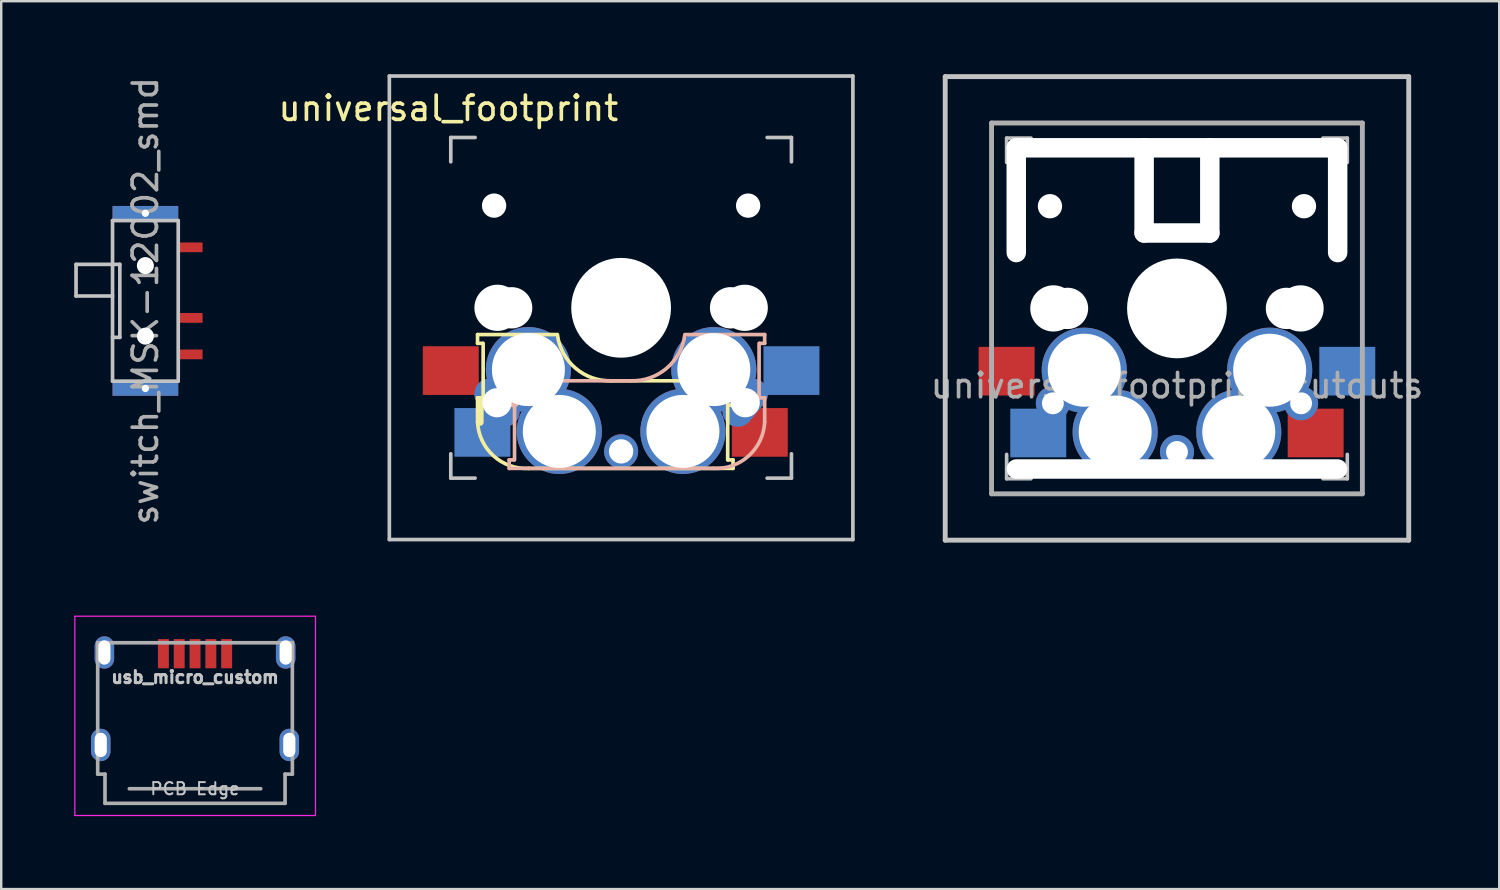
<source format=kicad_pcb>
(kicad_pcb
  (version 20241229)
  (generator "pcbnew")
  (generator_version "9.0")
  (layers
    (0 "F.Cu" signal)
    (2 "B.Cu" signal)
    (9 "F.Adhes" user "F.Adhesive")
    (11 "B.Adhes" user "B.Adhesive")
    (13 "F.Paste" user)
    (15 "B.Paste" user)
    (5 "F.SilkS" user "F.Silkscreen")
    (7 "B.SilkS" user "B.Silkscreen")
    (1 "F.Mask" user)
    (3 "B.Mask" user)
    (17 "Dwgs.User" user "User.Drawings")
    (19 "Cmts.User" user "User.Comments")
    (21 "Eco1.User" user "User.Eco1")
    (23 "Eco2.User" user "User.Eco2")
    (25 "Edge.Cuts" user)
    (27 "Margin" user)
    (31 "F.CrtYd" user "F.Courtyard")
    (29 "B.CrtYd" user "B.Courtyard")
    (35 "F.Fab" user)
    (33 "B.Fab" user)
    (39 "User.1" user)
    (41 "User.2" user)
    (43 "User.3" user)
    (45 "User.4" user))
  (footprint "universal_footprint_cutouts"
    (layer "F.Cu")
    (at 45.32 9.625)
    (property "Reference" "universal_footprint_cutouts" (at 0 3.175 0) (layer "F.Fab") (effects (font (size 1 1) (thickness 0.15))))
    (attr through_hole)
    (fp_line (start -9.525 -9.525) (end 9.525 -9.525) (stroke (width 0.15) (type solid)) (layer "Dwgs.User"))
    (fp_line (start -9.525 -9.525) (end 9.525 -9.525) (stroke (width 0.2) (type solid)) (layer "Dwgs.User"))
    (fp_line (start -9.525 9.525) (end -9.525 -9.525) (stroke (width 0.15) (type solid)) (layer "Dwgs.User"))
    (fp_line (start -9.525 9.525) (end -9.525 -9.525) (stroke (width 0.2) (type solid)) (layer "Dwgs.User"))
    (fp_line (start -9.525 9.525) (end 9.525 9.525) (stroke (width 0.2) (type solid)) (layer "Dwgs.User"))
    (fp_line (start -7 -7) (end -7 -6) (stroke (width 0.15) (type solid)) (layer "Dwgs.User"))
    (fp_line (start -7 7) (end -7 6) (stroke (width 0.15) (type solid)) (layer "Dwgs.User"))
    (fp_line (start -7 7) (end -6 7) (stroke (width 0.15) (type solid)) (layer "Dwgs.User"))
    (fp_line (start -6 -7) (end -7 -7) (stroke (width 0.15) (type solid)) (layer "Dwgs.User"))
    (fp_line (start 7 -7) (end 6 -7) (stroke (width 0.15) (type solid)) (layer "Dwgs.User"))
    (fp_line (start 7 -6) (end 7 -7) (stroke (width 0.15) (type solid)) (layer "Dwgs.User"))
    (fp_line (start 7 6) (end 7 7) (stroke (width 0.15) (type solid)) (layer "Dwgs.User"))
    (fp_line (start 7 7) (end 6 7) (stroke (width 0.15) (type solid)) (layer "Dwgs.User"))
    (fp_line (start 9.525 -9.525) (end 9.525 9.525) (stroke (width 0.15) (type solid)) (layer "Dwgs.User"))
    (fp_line (start 9.525 -9.525) (end 9.525 9.525) (stroke (width 0.2) (type solid)) (layer "Dwgs.User"))
    (fp_line (start 9.525 9.525) (end -9.525 9.525) (stroke (width 0.15) (type solid)) (layer "Dwgs.User"))
    (fp_line (start -7.62 -7.62) (end 7.62 -7.62) (stroke (width 0.2) (type solid)) (layer "F.Fab"))
    (fp_line (start -7.62 7.62) (end -7.62 -7.62) (stroke (width 0.2) (type solid)) (layer "F.Fab"))
    (fp_line (start 7.62 -7.62) (end 7.62 7.62) (stroke (width 0.2) (type solid)) (layer "F.Fab"))
    (fp_line (start 7.62 7.62) (end -7.62 7.62) (stroke (width 0.2) (type solid)) (layer "F.Fab"))
    (pad "" np_thru_hole oval (at -6.604 -4.445 180) (size 0.8 5.1) (drill oval 0.8 5.1) (layers "*.Cu" "*.Mask"))
    (pad "" np_thru_hole circle (at -5.22 -4.2 180) (size 1 1) (drill 1) (layers "*.Cu" "*.Mask"))
    (pad "" np_thru_hole circle (at -5.08 0 180) (size 1.9 1.9) (drill 1.9) (layers "*.Cu" "*.Mask"))
    (pad "" np_thru_hole circle (at -4.5 0 180) (size 1.7 1.7) (drill 1.7) (layers "*.Cu" "*.Mask"))
    (pad "" thru_hole circle (at -3.81 2.54) (size 3.5 3.5) (drill 3) (layers "*.Cu" "*.Mask"))
    (pad "" thru_hole circle (at -2.54 5.08) (size 3.5 3.5) (drill 3) (layers "*.Cu" "*.Mask"))
    (pad "" np_thru_hole oval (at -1.35 -4.85 180) (size 0.8 4.3) (drill oval 0.8 4.3) (layers "*.Cu" "*.Mask"))
    (pad "" np_thru_hole oval (at 0 -6.6) (size 14 0.8) (drill oval 14 0.8) (layers "*.Cu" "*.Mask"))
    (pad "" np_thru_hole oval (at 0 -3.1 180) (size 3.5 0.8) (drill oval 3.5 0.8) (layers "*.Cu" "*.Mask"))
    (pad "" np_thru_hole circle (at 0 0 270) (size 4.1 4.1) (drill 4.1) (layers "*.Cu" "*.Mask"))
    (pad "" np_thru_hole oval (at 0 6.6 180) (size 14 0.8) (drill oval 14 0.8) (layers "*.Cu" "*.Mask"))
    (pad "" np_thru_hole oval (at 1.35 -4.85 180) (size 0.8 4.3) (drill oval 0.8 4.3) (layers "*.Cu" "*.Mask"))
    (pad "" thru_hole circle (at 2.54 5.08) (size 3.5 3.5) (drill 3) (layers "*.Cu" "*.Mask"))
    (pad "" thru_hole circle (at 3.81 2.54) (size 3.5 3.5) (drill 3) (layers "*.Cu" "*.Mask"))
    (pad "" np_thru_hole circle (at 4.5 0 180) (size 1.7 1.7) (drill 1.7) (layers "*.Cu" "*.Mask"))
    (pad "" np_thru_hole circle (at 5.08 0 180) (size 1.9 1.9) (drill 1.9) (layers "*.Cu" "*.Mask"))
    (pad "" np_thru_hole circle (at 5.22 -4.2 180) (size 1 1) (drill 1) (layers "*.Cu" "*.Mask"))
    (pad "" np_thru_hole oval (at 6.604 -4.445 90) (size 5.1 0.8) (drill oval 5.1 0.8) (layers "*.Cu" "*.Mask"))
    (pad "1" smd rect (at -7 2.58) (size 2.3 2) (layers "F.Cu" "F.Mask" "F.Paste"))
    (pad "1" thru_hole circle (at -5.1 3.9 130) (size 1.4 1.4) (drill 0.9) (layers "*.Cu" "*.Mask"))
    (pad "1" thru_hole circle (at 5.1 3.9 230) (size 1.4 1.4) (drill 0.9) (layers "*.Cu" "*.Mask"))
    (pad "1" smd rect (at 7 2.58) (size 2.3 2) (layers "B.Cu" "B.Mask" "B.Paste"))
    (pad "2" smd rect (at -5.7 5.12) (size 2.3 2) (layers "B.Cu" "B.Mask" "B.Paste"))
    (pad "2" thru_hole circle (at 0 5.9 270) (size 1.4 1.4) (drill 0.9) (layers "*.Cu" "*.Mask"))
    (pad "2" smd rect (at 5.7 5.12) (size 2.3 2) (layers "F.Cu" "F.Mask" "F.Paste")))
  (footprint "usb_micro_custom"
    (layer "F.Cu")
    (at 4.965 29.225)
    (property "Reference" "usb_micro_custom" (at 0 -4.445 0) (layer "Dwgs.User") (effects (font (size 0.5 0.5) (thickness 0.125))))
    (attr smd)
    (fp_line (start -4.94 -6.95) (end -4.94 1.24) (stroke (width 0.05) (type solid)) (layer "F.CrtYd"))
    (fp_line (start -4.94 1.24) (end 4.95 1.24) (stroke (width 0.05) (type solid)) (layer "F.CrtYd"))
    (fp_line (start 4.95 -6.95) (end -4.94 -6.95) (stroke (width 0.05) (type solid)) (layer "F.CrtYd"))
    (fp_line (start 4.95 1.24) (end 4.95 -6.95) (stroke (width 0.05) (type solid)) (layer "F.CrtYd"))
    (fp_line (start -4 -5.86) (end -4 -0.46) (stroke (width 0.15) (type solid)) (layer "F.Fab"))
    (fp_line (start -4 -0.46) (end -3.7 -0.46) (stroke (width 0.15) (type solid)) (layer "F.Fab"))
    (fp_line (start -3.7 -0.46) (end -3.7 0.74) (stroke (width 0.15) (type solid)) (layer "F.Fab"))
    (fp_line (start -3.7 0.74) (end 3.7 0.74) (stroke (width 0.15) (type solid)) (layer "F.Fab"))
    (fp_line (start -2.7 0.14) (end 2.7 0.14) (stroke (width 0.15) (type solid)) (layer "F.Fab"))
    (fp_line (start 3.7 -0.46) (end 4 -0.46) (stroke (width 0.15) (type solid)) (layer "F.Fab"))
    (fp_line (start 3.7 0.74) (end 3.7 -0.46) (stroke (width 0.15) (type solid)) (layer "F.Fab"))
    (fp_line (start 4 -5.86) (end -4 -5.86) (stroke (width 0.15) (type solid)) (layer "F.Fab"))
    (fp_line (start 4 -0.46) (end 4 -5.86) (stroke (width 0.15) (type solid)) (layer "F.Fab"))
    (fp_text user "PCB Edge" (at 0 0.14 0) (layer "Dwgs.User") (effects (font (size 0.5 0.5) (thickness 0.08))))
    (pad "" thru_hole oval (at -3.875 -1.66) (size 0.8 1.33) (drill oval 0.5 1) (layers "*.Cu" "*.Mask"))
    (pad "" thru_hole oval (at 3.875 -1.66) (size 0.8 1.33) (drill oval 0.5 1) (layers "*.Cu" "*.Mask"))
    (pad "1" smd rect (at -1.3 -5.41) (size 0.45 1.2) (layers "F.Cu" "F.Mask" "F.Paste"))
    (pad "2" smd rect (at -0.65 -5.41) (size 0.45 1.2) (layers "F.Cu" "F.Mask" "F.Paste"))
    (pad "3" smd rect (at 0 -5.41) (size 0.45 1.2) (layers "F.Cu" "F.Mask" "F.Paste"))
    (pad "4" smd rect (at 0.65 -5.41) (size 0.45 1.2) (layers "F.Cu" "F.Mask" "F.Paste"))
    (pad "5" smd rect (at 1.3 -5.41) (size 0.45 1.2) (layers "F.Cu" "F.Mask" "F.Paste"))
    (pad "6" thru_hole oval (at -3.725 -5.46) (size 0.8 1.33) (drill oval 0.5 1) (layers "*.Cu" "*.Mask"))
    (pad "6" thru_hole oval (at 3.725 -5.46) (size 0.8 1.33) (drill oval 0.5 1) (layers "*.Cu" "*.Mask")))
  (footprint "switch_MSK-12C02_smd"
    (layer "F.Cu")
    (at 1.575 9.315)
    (property "Reference" "switch_MSK-12C02_smd" (at 1.35 0 90) (layer "F.Fab") (effects (font (size 1 1) (thickness 0.15))))
    (attr through_hole)
    (fp_line (start -1.5 -1.5) (end 0 -1.5) (stroke (width 0.15) (type solid)) (layer "Dwgs.User"))
    (fp_line (start -1.5 -0.2) (end -1.5 -1.5) (stroke (width 0.15) (type solid)) (layer "Dwgs.User"))
    (fp_line (start 0 -3.3) (end 0 3.3) (stroke (width 0.15) (type solid)) (layer "Dwgs.User"))
    (fp_line (start 0 -3.3) (end 2.7 -3.3) (stroke (width 0.15) (type solid)) (layer "Dwgs.User"))
    (fp_line (start 0 -0.2) (end -1.5 -0.2) (stroke (width 0.15) (type solid)) (layer "Dwgs.User"))
    (fp_line (start 0 3.3) (end 2.7 3.3) (stroke (width 0.15) (type solid)) (layer "Dwgs.User"))
    (fp_line (start 0.3 -1.5) (end 0 -1.5) (stroke (width 0.15) (type solid)) (layer "Dwgs.User"))
    (fp_line (start 0.3 1.5) (end 0 1.5) (stroke (width 0.15) (type solid)) (layer "Dwgs.User"))
    (fp_line (start 0.3 1.5) (end 0.3 -1.5) (stroke (width 0.15) (type solid)) (layer "Dwgs.User"))
    (fp_line (start 2.7 -3.3) (end 2.7 3.3) (stroke (width 0.15) (type solid)) (layer "Dwgs.User"))
    (pad "" np_thru_hole circle (at 1.35 -1.45 180) (size 0.7 0.7) (drill 0.7) (layers "*.Cu" "*.Mask"))
    (pad "" np_thru_hole circle (at 1.35 1.45 180) (size 0.7 0.7) (drill 0.7) (layers "*.Cu" "*.Mask"))
    (pad "1" thru_hole rect (at 1.35 -3.6 90) (size 0.6 2.7) (drill 0.3) (layers "*.Cu" "*.Mask"))
    (pad "1" thru_hole rect (at 1.35 3.6 90) (size 0.6 2.7) (drill 0.3) (layers "*.Cu" "*.Mask"))
    (pad "1" smd rect (at 3.2 -2.2 180) (size 1 0.4) (layers "F.Cu" "F.Mask" "F.Paste"))
    (pad "1" smd rect (at 3.2 0.7 180) (size 1 0.4) (layers "F.Cu" "F.Mask" "F.Paste"))
    (pad "1" smd rect (at 3.2 2.2 180) (size 1 0.4) (layers "F.Cu" "F.Mask" "F.Paste")))
  (footprint "universal_footprint"
    (layer "F.Cu")
    (at 22.476 9.6)
    (property "Reference" "universal_footprint" (at -7.1 -8.2 180) (layer "F.SilkS") (effects (font (size 1 1) (thickness 0.15))))
    (attr through_hole)
    (fp_line (start -5.9 1.1) (end -5.9 1.46) (stroke (width 0.15) (type solid)) (layer "F.SilkS"))
    (fp_line (start -5.9 1.1) (end -2.62 1.1) (stroke (width 0.15) (type solid)) (layer "F.SilkS"))
    (fp_line (start -5.9 3.7) (end -5.7 3.7) (stroke (width 0.15) (type solid)) (layer "F.SilkS"))
    (fp_line (start -5.9 4.7) (end -5.9 3.7) (stroke (width 0.15) (type solid)) (layer "F.SilkS"))
    (fp_line (start -5.8 3.8) (end -5.8 4.7) (stroke (width 0.3) (type solid)) (layer "F.SilkS"))
    (fp_line (start -5.7 1.46) (end -5.9 1.46) (stroke (width 0.15) (type solid)) (layer "F.SilkS"))
    (fp_line (start -5.67 3.7) (end -5.67 1.46) (stroke (width 0.15) (type solid)) (layer "F.SilkS"))
    (fp_line (start -0.4 3) (end 4.6 3) (stroke (width 0.15) (type solid)) (layer "F.SilkS"))
    (fp_line (start 4.38 4) (end 4.38 6.25) (stroke (width 0.15) (type solid)) (layer "F.SilkS"))
    (fp_line (start 4.4 6.25) (end 4.6 6.25) (stroke (width 0.15) (type solid)) (layer "F.SilkS"))
    (fp_line (start 4.6 3) (end 4.6 4) (stroke (width 0.15) (type solid)) (layer "F.SilkS"))
    (fp_line (start 4.6 4) (end 4.4 4) (stroke (width 0.15) (type solid)) (layer "F.SilkS"))
    (fp_line (start 4.6 6.25) (end 4.6 6.6) (stroke (width 0.15) (type solid)) (layer "F.SilkS"))
    (fp_line (start 4.6 6.6) (end -3.8 6.6) (stroke (width 0.15) (type solid)) (layer "F.SilkS"))
    (fp_arc (start -3.8 6.600001) (mid -5.243504 6.084925) (end -5.900001 4.7) (stroke (width 0.15) (type solid)) (layer "F.SilkS"))
    (fp_arc (start -0.4 3) (mid -1.868709 2.486118) (end -2.616318 1.121471) (stroke (width 0.15) (type solid)) (layer "F.SilkS"))
    (fp_line (start -4.6 3) (end -4.6 4) (stroke (width 0.15) (type solid)) (layer "B.SilkS"))
    (fp_line (start -4.6 4) (end -4.4 4) (stroke (width 0.15) (type solid)) (layer "B.SilkS"))
    (fp_line (start -4.6 6.25) (end -4.6 6.6) (stroke (width 0.15) (type solid)) (layer "B.SilkS"))
    (fp_line (start -4.6 6.6) (end 3.8 6.6) (stroke (width 0.15) (type solid)) (layer "B.SilkS"))
    (fp_line (start -4.4 3.9) (end -4.4 3.2) (stroke (width 0.4) (type solid)) (layer "B.SilkS"))
    (fp_line (start -4.4 6.25) (end -4.6 6.25) (stroke (width 0.15) (type solid)) (layer "B.SilkS"))
    (fp_line (start -4.38 4) (end -4.38 6.25) (stroke (width 0.15) (type solid)) (layer "B.SilkS"))
    (fp_line (start -4.3 3.3) (end -2.9 3.3) (stroke (width 0.5) (type solid)) (layer "B.SilkS"))
    (fp_line (start 0.4 3) (end -4.6 3) (stroke (width 0.15) (type solid)) (layer "B.SilkS"))
    (fp_line (start 5.67 3.7) (end 5.67 1.46) (stroke (width 0.15) (type solid)) (layer "B.SilkS"))
    (fp_line (start 5.7 1.46) (end 5.9 1.46) (stroke (width 0.15) (type solid)) (layer "B.SilkS"))
    (fp_line (start 5.9 1.1) (end 2.62 1.1) (stroke (width 0.15) (type solid)) (layer "B.SilkS"))
    (fp_line (start 5.9 1.1) (end 5.9 1.46) (stroke (width 0.15) (type solid)) (layer "B.SilkS"))
    (fp_line (start 5.9 3.7) (end 5.7 3.7) (stroke (width 0.15) (type solid)) (layer "B.SilkS"))
    (fp_line (start 5.9 4.7) (end 5.9 3.7) (stroke (width 0.15) (type solid)) (layer "B.SilkS"))
    (fp_arc (start 2.616318 1.121471) (mid 1.868709 2.486118) (end 0.4 3) (stroke (width 0.15) (type solid)) (layer "B.SilkS"))
    (fp_arc (start 5.9 4.699999) (mid 5.243504 6.084924) (end 3.800001 6.6) (stroke (width 0.15) (type solid)) (layer "B.SilkS"))
    (fp_line (start -9.525 -9.525) (end 9.525 -9.525) (stroke (width 0.15) (type solid)) (layer "Dwgs.User"))
    (fp_line (start -9.525 9.525) (end -9.525 -9.525) (stroke (width 0.15) (type solid)) (layer "Dwgs.User"))
    (fp_line (start -7 -7) (end -7 -6) (stroke (width 0.15) (type solid)) (layer "Dwgs.User"))
    (fp_line (start -7 7) (end -7 6) (stroke (width 0.15) (type solid)) (layer "Dwgs.User"))
    (fp_line (start -7 7) (end -6 7) (stroke (width 0.15) (type solid)) (layer "Dwgs.User"))
    (fp_line (start -6 -7) (end -7 -7) (stroke (width 0.15) (type solid)) (layer "Dwgs.User"))
    (fp_line (start 7 -7) (end 6 -7) (stroke (width 0.15) (type solid)) (layer "Dwgs.User"))
    (fp_line (start 7 -6) (end 7 -7) (stroke (width 0.15) (type solid)) (layer "Dwgs.User"))
    (fp_line (start 7 6) (end 7 7) (stroke (width 0.15) (type solid)) (layer "Dwgs.User"))
    (fp_line (start 7 7) (end 6 7) (stroke (width 0.15) (type solid)) (layer "Dwgs.User"))
    (fp_line (start 9.525 -9.525) (end 9.525 9.525) (stroke (width 0.15) (type solid)) (layer "Dwgs.User"))
    (fp_line (start 9.525 9.525) (end -9.525 9.525) (stroke (width 0.15) (type solid)) (layer "Dwgs.User"))
    (pad "" np_thru_hole circle (at -5.22 -4.2 180) (size 1 1) (drill 1) (layers "*.Cu" "*.Mask"))
    (pad "" np_thru_hole circle (at -5.08 0 180) (size 1.9 1.9) (drill 1.9) (layers "*.Cu" "*.Mask"))
    (pad "" np_thru_hole circle (at -4.5 0 180) (size 1.7 1.7) (drill 1.7) (layers "*.Cu" "*.Mask"))
    (pad "" thru_hole circle (at -3.81 2.54) (size 3.5 3.5) (drill 3) (layers "*.Cu" "*.Mask"))
    (pad "" thru_hole circle (at -2.54 5.08) (size 3.5 3.5) (drill 3) (layers "*.Cu" "*.Mask"))
    (pad "" np_thru_hole circle (at 0 0 270) (size 4.1 4.1) (drill 4.1) (layers "*.Cu" "*.Mask"))
    (pad "" thru_hole circle (at 2.54 5.08) (size 3.5 3.5) (drill 3) (layers "*.Cu" "*.Mask"))
    (pad "" thru_hole circle (at 3.81 2.54) (size 3.5 3.5) (drill 3) (layers "*.Cu" "*.Mask"))
    (pad "" np_thru_hole circle (at 4.5 0 180) (size 1.7 1.7) (drill 1.7) (layers "*.Cu" "*.Mask"))
    (pad "" np_thru_hole circle (at 5.08 0 180) (size 1.9 1.9) (drill 1.9) (layers "*.Cu" "*.Mask"))
    (pad "" np_thru_hole circle (at 5.22 -4.2 180) (size 1 1) (drill 1) (layers "*.Cu" "*.Mask"))
    (pad "1" smd rect (at -7 2.58) (size 2.3 2) (layers "F.Cu" "F.Mask" "F.Paste"))
    (pad "1" thru_hole oval (at -5.1 3.9 130) (size 2.2 1.25) (drill 1.2) (layers "*.Cu" "*.Mask"))
    (pad "1" thru_hole oval (at 5.1 3.9 230) (size 2.2 1.25) (drill 1.2) (layers "*.Cu" "*.Mask"))
    (pad "1" smd rect (at 7 2.58) (size 2.3 2) (layers "B.Cu" "B.Mask" "B.Paste"))
    (pad "2" smd rect (at -5.7 5.12) (size 2.3 2) (layers "B.Cu" "B.Mask" "B.Paste"))
    (pad "2" thru_hole circle (at 0 5.9 270) (size 1.4 1.4) (drill 1) (layers "*.Cu" "*.Mask"))
    (pad "2" smd rect (at 5.7 5.12) (size 2.3 2) (layers "F.Cu" "F.Mask" "F.Paste")))
  (gr_rect
    (start -3 -3)
    (end 58.564 33.49)
    (stroke (width 0.1) (type default))
    (fill no)
    (layer "Edge.Cuts")))
</source>
